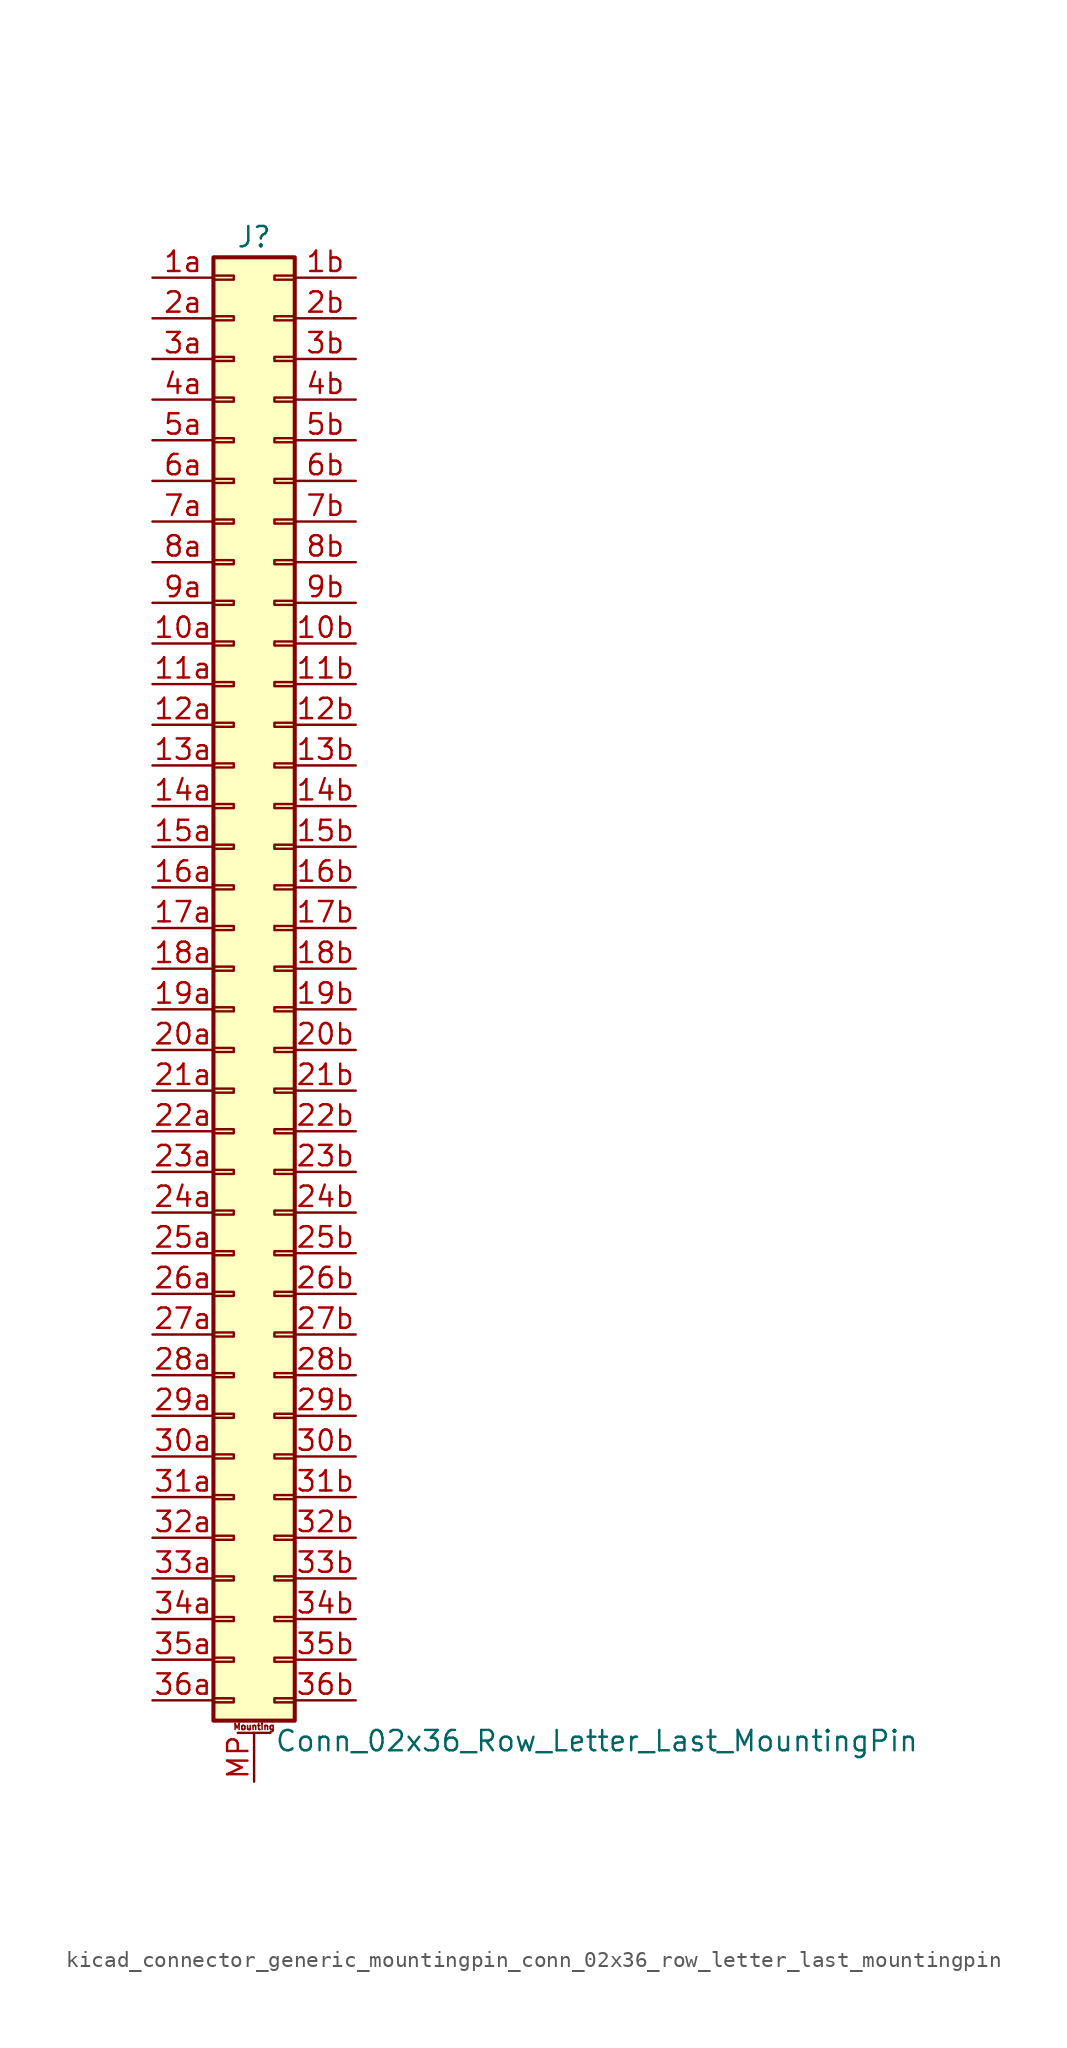
<source format=kicad_sym>
(kicad_symbol_lib
  (version 20220914)
  (generator kicad_symbol_editor)
  (symbol "kicad_connector_generic_mountingpin_conn_02x36_row_letter_last_mountingpin"
    (pin_names
      (offset 1.016) hide)
    (property "Reference" "J"
      (at 1.27 45.72 0)
      (effects (font (size 1.27 1.27))))
    (property "Value" "Conn_02x36_Row_Letter_Last_MountingPin"
      (at 2.54 -48.26 0)
      (effects (font (size 1.27 1.27)) (justify left)))
    (symbol "kicad_connector_generic_mountingpin_conn_02x36_row_letter_last_mountingpin_1_1"
      (rectangle (start -1.27 -45.593) (end 0 -45.847) (stroke (width 0.152) (type default)) (fill (type none)))
      (rectangle (start -1.27 -43.053) (end 0 -43.307) (stroke (width 0.152) (type default)) (fill (type none)))
      (rectangle (start -1.27 -40.513) (end 0 -40.767) (stroke (width 0.152) (type default)) (fill (type none)))
      (rectangle (start -1.27 -37.973) (end 0 -38.227) (stroke (width 0.152) (type default)) (fill (type none)))
      (rectangle (start -1.27 -35.433) (end 0 -35.687) (stroke (width 0.152) (type default)) (fill (type none)))
      (rectangle (start -1.27 -32.893) (end 0 -33.147) (stroke (width 0.152) (type default)) (fill (type none)))
      (rectangle (start -1.27 -30.353) (end 0 -30.607) (stroke (width 0.152) (type default)) (fill (type none)))
      (rectangle (start -1.27 -27.813) (end 0 -28.067) (stroke (width 0.152) (type default)) (fill (type none)))
      (rectangle (start -1.27 -25.273) (end 0 -25.527) (stroke (width 0.152) (type default)) (fill (type none)))
      (rectangle (start -1.27 -22.733) (end 0 -22.987) (stroke (width 0.152) (type default)) (fill (type none)))
      (rectangle (start -1.27 -20.193) (end 0 -20.447) (stroke (width 0.152) (type default)) (fill (type none)))
      (rectangle (start -1.27 -17.653) (end 0 -17.907) (stroke (width 0.152) (type default)) (fill (type none)))
      (rectangle (start -1.27 -15.113) (end 0 -15.367) (stroke (width 0.152) (type default)) (fill (type none)))
      (rectangle (start -1.27 -12.573) (end 0 -12.827) (stroke (width 0.152) (type default)) (fill (type none)))
      (rectangle (start -1.27 -10.033) (end 0 -10.287) (stroke (width 0.152) (type default)) (fill (type none)))
      (rectangle (start -1.27 -7.493) (end 0 -7.747) (stroke (width 0.152) (type default)) (fill (type none)))
      (rectangle (start -1.27 -4.953) (end 0 -5.207) (stroke (width 0.152) (type default)) (fill (type none)))
      (rectangle (start -1.27 -2.413) (end 0 -2.667) (stroke (width 0.152) (type default)) (fill (type none)))
      (rectangle (start -1.27 0.127) (end 0 -0.127) (stroke (width 0.152) (type default)) (fill (type none)))
      (rectangle (start -1.27 2.667) (end 0 2.413) (stroke (width 0.152) (type default)) (fill (type none)))
      (rectangle (start -1.27 5.207) (end 0 4.953) (stroke (width 0.152) (type default)) (fill (type none)))
      (rectangle (start -1.27 7.747) (end 0 7.493) (stroke (width 0.152) (type default)) (fill (type none)))
      (rectangle (start -1.27 10.287) (end 0 10.033) (stroke (width 0.152) (type default)) (fill (type none)))
      (rectangle (start -1.27 12.827) (end 0 12.573) (stroke (width 0.152) (type default)) (fill (type none)))
      (rectangle (start -1.27 15.367) (end 0 15.113) (stroke (width 0.152) (type default)) (fill (type none)))
      (rectangle (start -1.27 17.907) (end 0 17.653) (stroke (width 0.152) (type default)) (fill (type none)))
      (rectangle (start -1.27 20.447) (end 0 20.193) (stroke (width 0.152) (type default)) (fill (type none)))
      (rectangle (start -1.27 22.987) (end 0 22.733) (stroke (width 0.152) (type default)) (fill (type none)))
      (rectangle (start -1.27 25.527) (end 0 25.273) (stroke (width 0.152) (type default)) (fill (type none)))
      (rectangle (start -1.27 28.067) (end 0 27.813) (stroke (width 0.152) (type default)) (fill (type none)))
      (rectangle (start -1.27 30.607) (end 0 30.353) (stroke (width 0.152) (type default)) (fill (type none)))
      (rectangle (start -1.27 33.147) (end 0 32.893) (stroke (width 0.152) (type default)) (fill (type none)))
      (rectangle (start -1.27 35.687) (end 0 35.433) (stroke (width 0.152) (type default)) (fill (type none)))
      (rectangle (start -1.27 38.227) (end 0 37.973) (stroke (width 0.152) (type default)) (fill (type none)))
      (rectangle (start -1.27 40.767) (end 0 40.513) (stroke (width 0.152) (type default)) (fill (type none)))
      (rectangle (start -1.27 43.307) (end 0 43.053) (stroke (width 0.152) (type default)) (fill (type none)))
      (rectangle (start -1.27 44.45) (end 3.81 -46.99) (stroke (width 0.254) (type default)) (fill (type background)))
      (polyline (pts (xy 0.254 -47.752) (xy 2.286 -47.752)) (stroke (width 0.152) (type default)) (fill (type none)))
      (rectangle (start 3.81 -45.593) (end 2.54 -45.847) (stroke (width 0.152) (type default)) (fill (type none)))
      (rectangle (start 3.81 -43.053) (end 2.54 -43.307) (stroke (width 0.152) (type default)) (fill (type none)))
      (rectangle (start 3.81 -40.513) (end 2.54 -40.767) (stroke (width 0.152) (type default)) (fill (type none)))
      (rectangle (start 3.81 -37.973) (end 2.54 -38.227) (stroke (width 0.152) (type default)) (fill (type none)))
      (rectangle (start 3.81 -35.433) (end 2.54 -35.687) (stroke (width 0.152) (type default)) (fill (type none)))
      (rectangle (start 3.81 -32.893) (end 2.54 -33.147) (stroke (width 0.152) (type default)) (fill (type none)))
      (rectangle (start 3.81 -30.353) (end 2.54 -30.607) (stroke (width 0.152) (type default)) (fill (type none)))
      (rectangle (start 3.81 -27.813) (end 2.54 -28.067) (stroke (width 0.152) (type default)) (fill (type none)))
      (rectangle (start 3.81 -25.273) (end 2.54 -25.527) (stroke (width 0.152) (type default)) (fill (type none)))
      (rectangle (start 3.81 -22.733) (end 2.54 -22.987) (stroke (width 0.152) (type default)) (fill (type none)))
      (rectangle (start 3.81 -20.193) (end 2.54 -20.447) (stroke (width 0.152) (type default)) (fill (type none)))
      (rectangle (start 3.81 -17.653) (end 2.54 -17.907) (stroke (width 0.152) (type default)) (fill (type none)))
      (rectangle (start 3.81 -15.113) (end 2.54 -15.367) (stroke (width 0.152) (type default)) (fill (type none)))
      (rectangle (start 3.81 -12.573) (end 2.54 -12.827) (stroke (width 0.152) (type default)) (fill (type none)))
      (rectangle (start 3.81 -10.033) (end 2.54 -10.287) (stroke (width 0.152) (type default)) (fill (type none)))
      (rectangle (start 3.81 -7.493) (end 2.54 -7.747) (stroke (width 0.152) (type default)) (fill (type none)))
      (rectangle (start 3.81 -4.953) (end 2.54 -5.207) (stroke (width 0.152) (type default)) (fill (type none)))
      (rectangle (start 3.81 -2.413) (end 2.54 -2.667) (stroke (width 0.152) (type default)) (fill (type none)))
      (rectangle (start 3.81 0.127) (end 2.54 -0.127) (stroke (width 0.152) (type default)) (fill (type none)))
      (rectangle (start 3.81 2.667) (end 2.54 2.413) (stroke (width 0.152) (type default)) (fill (type none)))
      (rectangle (start 3.81 5.207) (end 2.54 4.953) (stroke (width 0.152) (type default)) (fill (type none)))
      (rectangle (start 3.81 7.747) (end 2.54 7.493) (stroke (width 0.152) (type default)) (fill (type none)))
      (rectangle (start 3.81 10.287) (end 2.54 10.033) (stroke (width 0.152) (type default)) (fill (type none)))
      (rectangle (start 3.81 12.827) (end 2.54 12.573) (stroke (width 0.152) (type default)) (fill (type none)))
      (rectangle (start 3.81 15.367) (end 2.54 15.113) (stroke (width 0.152) (type default)) (fill (type none)))
      (rectangle (start 3.81 17.907) (end 2.54 17.653) (stroke (width 0.152) (type default)) (fill (type none)))
      (rectangle (start 3.81 20.447) (end 2.54 20.193) (stroke (width 0.152) (type default)) (fill (type none)))
      (rectangle (start 3.81 22.987) (end 2.54 22.733) (stroke (width 0.152) (type default)) (fill (type none)))
      (rectangle (start 3.81 25.527) (end 2.54 25.273) (stroke (width 0.152) (type default)) (fill (type none)))
      (rectangle (start 3.81 28.067) (end 2.54 27.813) (stroke (width 0.152) (type default)) (fill (type none)))
      (rectangle (start 3.81 30.607) (end 2.54 30.353) (stroke (width 0.152) (type default)) (fill (type none)))
      (rectangle (start 3.81 33.147) (end 2.54 32.893) (stroke (width 0.152) (type default)) (fill (type none)))
      (rectangle (start 3.81 35.687) (end 2.54 35.433) (stroke (width 0.152) (type default)) (fill (type none)))
      (rectangle (start 3.81 38.227) (end 2.54 37.973) (stroke (width 0.152) (type default)) (fill (type none)))
      (rectangle (start 3.81 40.767) (end 2.54 40.513) (stroke (width 0.152) (type default)) (fill (type none)))
      (rectangle (start 3.81 43.307) (end 2.54 43.053) (stroke (width 0.152) (type default)) (fill (type none)))
      (text "Mounting" (at 1.27 -47.371 0) (effects (font (size 0.381 0.381))))
      (pin passive line (at -5.08 20.32 0) (length 3.81) (name "Pin_10a" (effects (font (size 1.27 1.27)))) (number "10a" (effects (font (size 1.27 1.27)))))
      (pin passive line (at 7.62 20.32 180) (length 3.81) (name "Pin_10b" (effects (font (size 1.27 1.27)))) (number "10b" (effects (font (size 1.27 1.27)))))
      (pin passive line (at -5.08 17.78 0) (length 3.81) (name "Pin_11a" (effects (font (size 1.27 1.27)))) (number "11a" (effects (font (size 1.27 1.27)))))
      (pin passive line (at 7.62 17.78 180) (length 3.81) (name "Pin_11b" (effects (font (size 1.27 1.27)))) (number "11b" (effects (font (size 1.27 1.27)))))
      (pin passive line (at -5.08 15.24 0) (length 3.81) (name "Pin_12a" (effects (font (size 1.27 1.27)))) (number "12a" (effects (font (size 1.27 1.27)))))
      (pin passive line (at 7.62 15.24 180) (length 3.81) (name "Pin_12b" (effects (font (size 1.27 1.27)))) (number "12b" (effects (font (size 1.27 1.27)))))
      (pin passive line (at -5.08 12.7 0) (length 3.81) (name "Pin_13a" (effects (font (size 1.27 1.27)))) (number "13a" (effects (font (size 1.27 1.27)))))
      (pin passive line (at 7.62 12.7 180) (length 3.81) (name "Pin_13b" (effects (font (size 1.27 1.27)))) (number "13b" (effects (font (size 1.27 1.27)))))
      (pin passive line (at -5.08 10.16 0) (length 3.81) (name "Pin_14a" (effects (font (size 1.27 1.27)))) (number "14a" (effects (font (size 1.27 1.27)))))
      (pin passive line (at 7.62 10.16 180) (length 3.81) (name "Pin_14b" (effects (font (size 1.27 1.27)))) (number "14b" (effects (font (size 1.27 1.27)))))
      (pin passive line (at -5.08 7.62 0) (length 3.81) (name "Pin_15a" (effects (font (size 1.27 1.27)))) (number "15a" (effects (font (size 1.27 1.27)))))
      (pin passive line (at 7.62 7.62 180) (length 3.81) (name "Pin_15b" (effects (font (size 1.27 1.27)))) (number "15b" (effects (font (size 1.27 1.27)))))
      (pin passive line (at -5.08 5.08 0) (length 3.81) (name "Pin_16a" (effects (font (size 1.27 1.27)))) (number "16a" (effects (font (size 1.27 1.27)))))
      (pin passive line (at 7.62 5.08 180) (length 3.81) (name "Pin_16b" (effects (font (size 1.27 1.27)))) (number "16b" (effects (font (size 1.27 1.27)))))
      (pin passive line (at -5.08 2.54 0) (length 3.81) (name "Pin_17a" (effects (font (size 1.27 1.27)))) (number "17a" (effects (font (size 1.27 1.27)))))
      (pin passive line (at 7.62 2.54 180) (length 3.81) (name "Pin_17b" (effects (font (size 1.27 1.27)))) (number "17b" (effects (font (size 1.27 1.27)))))
      (pin passive line (at -5.08 0 0) (length 3.81) (name "Pin_18a" (effects (font (size 1.27 1.27)))) (number "18a" (effects (font (size 1.27 1.27)))))
      (pin passive line (at 7.62 0 180) (length 3.81) (name "Pin_18b" (effects (font (size 1.27 1.27)))) (number "18b" (effects (font (size 1.27 1.27)))))
      (pin passive line (at -5.08 -2.54 0) (length 3.81) (name "Pin_19a" (effects (font (size 1.27 1.27)))) (number "19a" (effects (font (size 1.27 1.27)))))
      (pin passive line (at 7.62 -2.54 180) (length 3.81) (name "Pin_19b" (effects (font (size 1.27 1.27)))) (number "19b" (effects (font (size 1.27 1.27)))))
      (pin passive line (at -5.08 43.18 0) (length 3.81) (name "Pin_1a" (effects (font (size 1.27 1.27)))) (number "1a" (effects (font (size 1.27 1.27)))))
      (pin passive line (at 7.62 43.18 180) (length 3.81) (name "Pin_1b" (effects (font (size 1.27 1.27)))) (number "1b" (effects (font (size 1.27 1.27)))))
      (pin passive line (at -5.08 -5.08 0) (length 3.81) (name "Pin_20a" (effects (font (size 1.27 1.27)))) (number "20a" (effects (font (size 1.27 1.27)))))
      (pin passive line (at 7.62 -5.08 180) (length 3.81) (name "Pin_20b" (effects (font (size 1.27 1.27)))) (number "20b" (effects (font (size 1.27 1.27)))))
      (pin passive line (at -5.08 -7.62 0) (length 3.81) (name "Pin_21a" (effects (font (size 1.27 1.27)))) (number "21a" (effects (font (size 1.27 1.27)))))
      (pin passive line (at 7.62 -7.62 180) (length 3.81) (name "Pin_21b" (effects (font (size 1.27 1.27)))) (number "21b" (effects (font (size 1.27 1.27)))))
      (pin passive line (at -5.08 -10.16 0) (length 3.81) (name "Pin_22a" (effects (font (size 1.27 1.27)))) (number "22a" (effects (font (size 1.27 1.27)))))
      (pin passive line (at 7.62 -10.16 180) (length 3.81) (name "Pin_22b" (effects (font (size 1.27 1.27)))) (number "22b" (effects (font (size 1.27 1.27)))))
      (pin passive line (at -5.08 -12.7 0) (length 3.81) (name "Pin_23a" (effects (font (size 1.27 1.27)))) (number "23a" (effects (font (size 1.27 1.27)))))
      (pin passive line (at 7.62 -12.7 180) (length 3.81) (name "Pin_23b" (effects (font (size 1.27 1.27)))) (number "23b" (effects (font (size 1.27 1.27)))))
      (pin passive line (at -5.08 -15.24 0) (length 3.81) (name "Pin_24a" (effects (font (size 1.27 1.27)))) (number "24a" (effects (font (size 1.27 1.27)))))
      (pin passive line (at 7.62 -15.24 180) (length 3.81) (name "Pin_24b" (effects (font (size 1.27 1.27)))) (number "24b" (effects (font (size 1.27 1.27)))))
      (pin passive line (at -5.08 -17.78 0) (length 3.81) (name "Pin_25a" (effects (font (size 1.27 1.27)))) (number "25a" (effects (font (size 1.27 1.27)))))
      (pin passive line (at 7.62 -17.78 180) (length 3.81) (name "Pin_25b" (effects (font (size 1.27 1.27)))) (number "25b" (effects (font (size 1.27 1.27)))))
      (pin passive line (at -5.08 -20.32 0) (length 3.81) (name "Pin_26a" (effects (font (size 1.27 1.27)))) (number "26a" (effects (font (size 1.27 1.27)))))
      (pin passive line (at 7.62 -20.32 180) (length 3.81) (name "Pin_26b" (effects (font (size 1.27 1.27)))) (number "26b" (effects (font (size 1.27 1.27)))))
      (pin passive line (at -5.08 -22.86 0) (length 3.81) (name "Pin_27a" (effects (font (size 1.27 1.27)))) (number "27a" (effects (font (size 1.27 1.27)))))
      (pin passive line (at 7.62 -22.86 180) (length 3.81) (name "Pin_27b" (effects (font (size 1.27 1.27)))) (number "27b" (effects (font (size 1.27 1.27)))))
      (pin passive line (at -5.08 -25.4 0) (length 3.81) (name "Pin_28a" (effects (font (size 1.27 1.27)))) (number "28a" (effects (font (size 1.27 1.27)))))
      (pin passive line (at 7.62 -25.4 180) (length 3.81) (name "Pin_28b" (effects (font (size 1.27 1.27)))) (number "28b" (effects (font (size 1.27 1.27)))))
      (pin passive line (at -5.08 -27.94 0) (length 3.81) (name "Pin_29a" (effects (font (size 1.27 1.27)))) (number "29a" (effects (font (size 1.27 1.27)))))
      (pin passive line (at 7.62 -27.94 180) (length 3.81) (name "Pin_29b" (effects (font (size 1.27 1.27)))) (number "29b" (effects (font (size 1.27 1.27)))))
      (pin passive line (at -5.08 40.64 0) (length 3.81) (name "Pin_2a" (effects (font (size 1.27 1.27)))) (number "2a" (effects (font (size 1.27 1.27)))))
      (pin passive line (at 7.62 40.64 180) (length 3.81) (name "Pin_2b" (effects (font (size 1.27 1.27)))) (number "2b" (effects (font (size 1.27 1.27)))))
      (pin passive line (at -5.08 -30.48 0) (length 3.81) (name "Pin_30a" (effects (font (size 1.27 1.27)))) (number "30a" (effects (font (size 1.27 1.27)))))
      (pin passive line (at 7.62 -30.48 180) (length 3.81) (name "Pin_30b" (effects (font (size 1.27 1.27)))) (number "30b" (effects (font (size 1.27 1.27)))))
      (pin passive line (at -5.08 -33.02 0) (length 3.81) (name "Pin_31a" (effects (font (size 1.27 1.27)))) (number "31a" (effects (font (size 1.27 1.27)))))
      (pin passive line (at 7.62 -33.02 180) (length 3.81) (name "Pin_31b" (effects (font (size 1.27 1.27)))) (number "31b" (effects (font (size 1.27 1.27)))))
      (pin passive line (at -5.08 -35.56 0) (length 3.81) (name "Pin_32a" (effects (font (size 1.27 1.27)))) (number "32a" (effects (font (size 1.27 1.27)))))
      (pin passive line (at 7.62 -35.56 180) (length 3.81) (name "Pin_32b" (effects (font (size 1.27 1.27)))) (number "32b" (effects (font (size 1.27 1.27)))))
      (pin passive line (at -5.08 -38.1 0) (length 3.81) (name "Pin_33a" (effects (font (size 1.27 1.27)))) (number "33a" (effects (font (size 1.27 1.27)))))
      (pin passive line (at 7.62 -38.1 180) (length 3.81) (name "Pin_33b" (effects (font (size 1.27 1.27)))) (number "33b" (effects (font (size 1.27 1.27)))))
      (pin passive line (at -5.08 -40.64 0) (length 3.81) (name "Pin_34a" (effects (font (size 1.27 1.27)))) (number "34a" (effects (font (size 1.27 1.27)))))
      (pin passive line (at 7.62 -40.64 180) (length 3.81) (name "Pin_34b" (effects (font (size 1.27 1.27)))) (number "34b" (effects (font (size 1.27 1.27)))))
      (pin passive line (at -5.08 -43.18 0) (length 3.81) (name "Pin_35a" (effects (font (size 1.27 1.27)))) (number "35a" (effects (font (size 1.27 1.27)))))
      (pin passive line (at 7.62 -43.18 180) (length 3.81) (name "Pin_35b" (effects (font (size 1.27 1.27)))) (number "35b" (effects (font (size 1.27 1.27)))))
      (pin passive line (at -5.08 -45.72 0) (length 3.81) (name "Pin_36a" (effects (font (size 1.27 1.27)))) (number "36a" (effects (font (size 1.27 1.27)))))
      (pin passive line (at 7.62 -45.72 180) (length 3.81) (name "Pin_36b" (effects (font (size 1.27 1.27)))) (number "36b" (effects (font (size 1.27 1.27)))))
      (pin passive line (at -5.08 38.1 0) (length 3.81) (name "Pin_3a" (effects (font (size 1.27 1.27)))) (number "3a" (effects (font (size 1.27 1.27)))))
      (pin passive line (at 7.62 38.1 180) (length 3.81) (name "Pin_3b" (effects (font (size 1.27 1.27)))) (number "3b" (effects (font (size 1.27 1.27)))))
      (pin passive line (at -5.08 35.56 0) (length 3.81) (name "Pin_4a" (effects (font (size 1.27 1.27)))) (number "4a" (effects (font (size 1.27 1.27)))))
      (pin passive line (at 7.62 35.56 180) (length 3.81) (name "Pin_4b" (effects (font (size 1.27 1.27)))) (number "4b" (effects (font (size 1.27 1.27)))))
      (pin passive line (at -5.08 33.02 0) (length 3.81) (name "Pin_5a" (effects (font (size 1.27 1.27)))) (number "5a" (effects (font (size 1.27 1.27)))))
      (pin passive line (at 7.62 33.02 180) (length 3.81) (name "Pin_5b" (effects (font (size 1.27 1.27)))) (number "5b" (effects (font (size 1.27 1.27)))))
      (pin passive line (at -5.08 30.48 0) (length 3.81) (name "Pin_6a" (effects (font (size 1.27 1.27)))) (number "6a" (effects (font (size 1.27 1.27)))))
      (pin passive line (at 7.62 30.48 180) (length 3.81) (name "Pin_6b" (effects (font (size 1.27 1.27)))) (number "6b" (effects (font (size 1.27 1.27)))))
      (pin passive line (at -5.08 27.94 0) (length 3.81) (name "Pin_7a" (effects (font (size 1.27 1.27)))) (number "7a" (effects (font (size 1.27 1.27)))))
      (pin passive line (at 7.62 27.94 180) (length 3.81) (name "Pin_7b" (effects (font (size 1.27 1.27)))) (number "7b" (effects (font (size 1.27 1.27)))))
      (pin passive line (at -5.08 25.4 0) (length 3.81) (name "Pin_8a" (effects (font (size 1.27 1.27)))) (number "8a" (effects (font (size 1.27 1.27)))))
      (pin passive line (at 7.62 25.4 180) (length 3.81) (name "Pin_8b" (effects (font (size 1.27 1.27)))) (number "8b" (effects (font (size 1.27 1.27)))))
      (pin passive line (at -5.08 22.86 0) (length 3.81) (name "Pin_9a" (effects (font (size 1.27 1.27)))) (number "9a" (effects (font (size 1.27 1.27)))))
      (pin passive line (at 7.62 22.86 180) (length 3.81) (name "Pin_9b" (effects (font (size 1.27 1.27)))) (number "9b" (effects (font (size 1.27 1.27)))))
      (pin passive line (at 1.27 -50.8 90) (length 3.048) (name "MountPin" (effects (font (size 1.27 1.27)))) (number "MP" (effects (font (size 1.27 1.27))))))))
</source>
